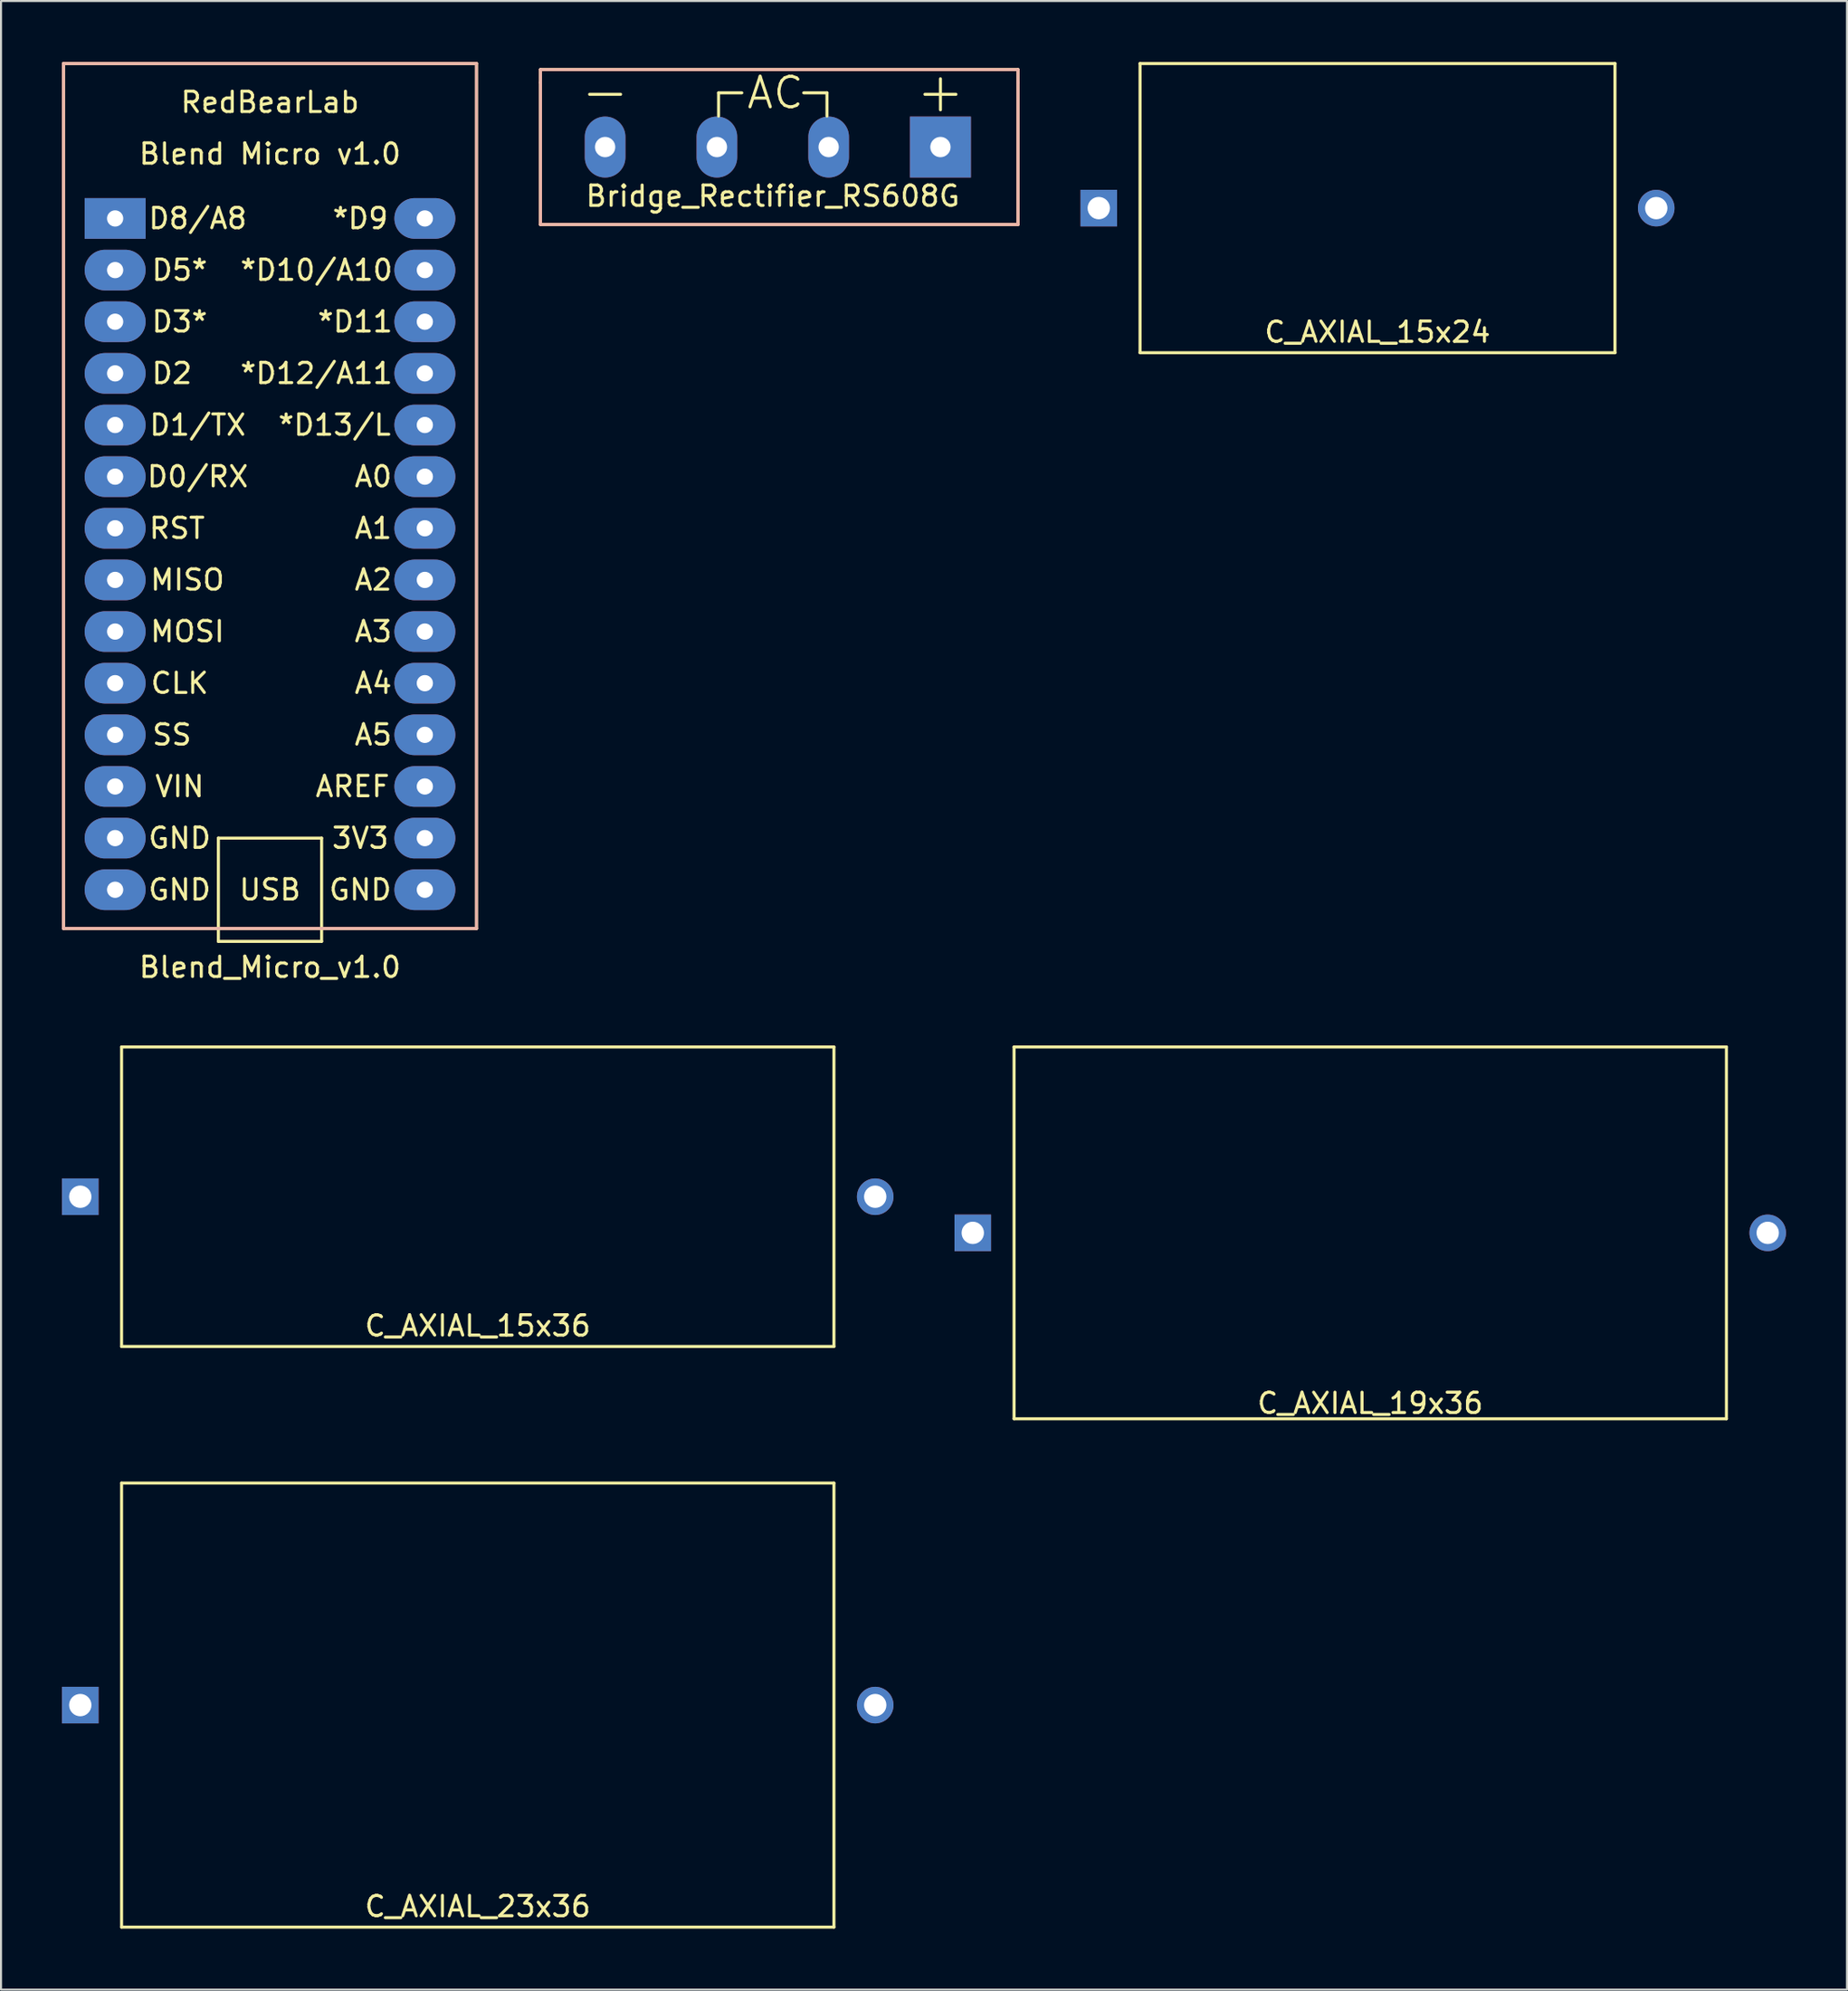
<source format=kicad_pcb>
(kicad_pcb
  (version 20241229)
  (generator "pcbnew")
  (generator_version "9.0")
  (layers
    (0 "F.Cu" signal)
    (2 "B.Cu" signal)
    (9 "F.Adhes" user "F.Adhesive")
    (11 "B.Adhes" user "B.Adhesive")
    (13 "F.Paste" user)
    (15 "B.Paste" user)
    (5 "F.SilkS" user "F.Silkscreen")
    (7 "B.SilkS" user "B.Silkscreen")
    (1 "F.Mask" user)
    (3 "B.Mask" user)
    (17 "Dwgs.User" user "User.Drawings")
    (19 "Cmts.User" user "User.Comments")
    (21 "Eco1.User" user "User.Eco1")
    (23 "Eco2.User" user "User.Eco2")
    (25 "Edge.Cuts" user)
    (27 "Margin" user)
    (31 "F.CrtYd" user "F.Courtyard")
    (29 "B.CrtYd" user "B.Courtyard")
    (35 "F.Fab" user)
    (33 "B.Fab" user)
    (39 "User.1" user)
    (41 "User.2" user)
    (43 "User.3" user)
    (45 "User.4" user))
  (footprint "C_AXIAL_15x24"
    (layer "F.Cu")
    (at 64.731 7.187)
    (property "Reference" "C_AXIAL_15x24" (at 0 6.096 0) (layer "F.SilkS") (effects (font (size 1 1) (thickness 0.15))))
    (attr through_hole)
    (fp_line (start -11.684 -7.112) (end 11.684 -7.112) (stroke (width 0.15) (type solid)) (layer "F.SilkS"))
    (fp_line (start -11.684 7.112) (end -11.684 -7.112) (stroke (width 0.15) (type solid)) (layer "F.SilkS"))
    (fp_line (start 11.684 -7.112) (end 11.684 7.112) (stroke (width 0.15) (type solid)) (layer "F.SilkS"))
    (fp_line (start 11.684 7.112) (end -11.684 7.112) (stroke (width 0.15) (type solid)) (layer "F.SilkS"))
    (pad "1" thru_hole rect (at -13.716 0) (size 1.8 1.8) (drill 1.1) (layers "*.Cu" "*.Mask"))
    (pad "2" thru_hole circle (at 13.716 0) (size 1.8 1.8) (drill 1.1) (layers "*.Cu" "*.Mask")))
  (footprint "C_AXIAL_23x36"
    (layer "F.Cu")
    (at 20.458 80.82)
    (property "Reference" "C_AXIAL_23x36" (at 0 9.906 0) (layer "F.SilkS") (effects (font (size 1 1) (thickness 0.15))))
    (attr through_hole)
    (fp_line (start -17.526 -10.922) (end 17.526 -10.922) (stroke (width 0.15) (type solid)) (layer "F.SilkS"))
    (fp_line (start -17.526 10.922) (end -17.526 -10.922) (stroke (width 0.15) (type solid)) (layer "F.SilkS"))
    (fp_line (start 17.526 -10.922) (end 17.526 10.922) (stroke (width 0.15) (type solid)) (layer "F.SilkS"))
    (fp_line (start 17.526 10.922) (end -17.526 10.922) (stroke (width 0.15) (type solid)) (layer "F.SilkS"))
    (pad "1" thru_hole rect (at -19.558 0) (size 1.8 1.8) (drill 1.1) (layers "*.Cu" "*.Mask"))
    (pad "2" thru_hole circle (at 19.558 0) (size 1.8 1.8) (drill 1.1) (layers "*.Cu" "*.Mask")))
  (footprint "Blend_Micro_v1.0"
    (layer "F.Cu")
    (at 10.235 24.205)
    (property "Reference" "Blend_Micro_v1.0" (at 0 20.32 0) (layer "F.SilkS") (effects (font (size 1 1) (thickness 0.15))))
    (attr through_hole)
    (fp_line (start -10.16 -24.13) (end -10.16 18.415) (stroke (width 0.15) (type solid)) (layer "F.SilkS"))
    (fp_line (start -10.16 18.415) (end 10.16 18.415) (stroke (width 0.15) (type solid)) (layer "F.SilkS"))
    (fp_line (start -2.54 13.97) (end -2.54 18.415) (stroke (width 0.15) (type solid)) (layer "F.SilkS"))
    (fp_line (start -2.54 19.05) (end -2.54 18.415) (stroke (width 0.15) (type solid)) (layer "F.SilkS"))
    (fp_line (start 2.54 13.97) (end -2.54 13.97) (stroke (width 0.15) (type solid)) (layer "F.SilkS"))
    (fp_line (start 2.54 19.05) (end -2.54 19.05) (stroke (width 0.15) (type solid)) (layer "F.SilkS"))
    (fp_line (start 2.54 19.05) (end 2.54 13.97) (stroke (width 0.15) (type solid)) (layer "F.SilkS"))
    (fp_line (start 10.16 -24.13) (end -10.16 -24.13) (stroke (width 0.15) (type solid)) (layer "F.SilkS"))
    (fp_line (start 10.16 18.415) (end 10.16 -24.13) (stroke (width 0.15) (type solid)) (layer "F.SilkS"))
    (fp_line (start -10.16 -24.13) (end 10.16 -24.13) (stroke (width 0.15) (type solid)) (layer "B.SilkS"))
    (fp_line (start -10.16 18.415) (end -10.16 -24.13) (stroke (width 0.15) (type solid)) (layer "B.SilkS"))
    (fp_line (start 10.16 -24.13) (end 10.16 18.415) (stroke (width 0.15) (type solid)) (layer "B.SilkS"))
    (fp_line (start 10.16 18.415) (end -10.16 18.415) (stroke (width 0.15) (type solid)) (layer "B.SilkS"))
    (fp_text user " *D11" (at 3.81 -11.43 0) (layer "F.SilkS") (effects (font (size 1 1) (thickness 0.15))))
    (fp_text user "GND" (at -4.445 13.97 0) (layer "F.SilkS") (effects (font (size 1 1) (thickness 0.15))))
    (fp_text user "*D13/L" (at 3.175 -6.35 0) (layer "F.SilkS") (effects (font (size 1 1) (thickness 0.15))))
    (fp_text user "D8/A8 " (at -3.175 -16.51 0) (layer "F.SilkS") (effects (font (size 1 1) (thickness 0.15))))
    (fp_text user "A0" (at 5.08 -3.81 0) (layer "F.SilkS") (effects (font (size 1 1) (thickness 0.15))))
    (fp_text user "D0/RX " (at -3.175 -3.81 0) (layer "F.SilkS") (effects (font (size 1 1) (thickness 0.15))))
    (fp_text user "CLK" (at -4.445 6.35 0) (layer "F.SilkS") (effects (font (size 1 1) (thickness 0.15))))
    (fp_text user "Blend Micro v1.0" (at 0 -19.685 0) (layer "F.SilkS") (effects (font (size 1 1) (thickness 0.15))))
    (fp_text user "D2 " (at -4.445 -8.89 0) (layer "F.SilkS") (effects (font (size 1 1) (thickness 0.15))))
    (fp_text user "D1/TX " (at -3.175 -6.35 0) (layer "F.SilkS") (effects (font (size 1 1) (thickness 0.15))))
    (fp_text user "A3" (at 5.08 3.81 0) (layer "F.SilkS") (effects (font (size 1 1) (thickness 0.15))))
    (fp_text user "MOSI    " (at -2.54 3.81 0) (layer "F.SilkS") (effects (font (size 1 1) (thickness 0.15))))
    (fp_text user "A2" (at 5.08 1.27 0) (layer "F.SilkS") (effects (font (size 1 1) (thickness 0.15))))
    (fp_text user " *D12/A11" (at 1.905 -8.89 0) (layer "F.SilkS") (effects (font (size 1 1) (thickness 0.15))))
    (fp_text user "GND" (at 4.445 16.51 0) (layer "F.SilkS") (effects (font (size 1 1) (thickness 0.15))))
    (fp_text user "RST  " (at -3.81 -1.27 0) (layer "F.SilkS") (effects (font (size 1 1) (thickness 0.15))))
    (fp_text user "AREF " (at 4.445 11.43 0) (layer "F.SilkS") (effects (font (size 1 1) (thickness 0.15))))
    (fp_text user "3V3" (at 4.445 13.97 0) (layer "F.SilkS") (effects (font (size 1 1) (thickness 0.15))))
    (fp_text user "A1" (at 5.08 -1.27 0) (layer "F.SilkS") (effects (font (size 1 1) (thickness 0.15))))
    (fp_text user "GND" (at -4.445 16.51 0) (layer "F.SilkS") (effects (font (size 1 1) (thickness 0.15))))
    (fp_text user "RedBearLab" (at 0 -22.225 0) (layer "F.SilkS") (effects (font (size 1 1) (thickness 0.15))))
    (fp_text user "D5*" (at -4.445 -13.97 0) (layer "F.SilkS") (effects (font (size 1 1) (thickness 0.15))))
    (fp_text user "*D9" (at 4.445 -16.51 0) (layer "F.SilkS") (effects (font (size 1 1) (thickness 0.15))))
    (fp_text user "A5" (at 5.08 8.89 0) (layer "F.SilkS") (effects (font (size 1 1) (thickness 0.15))))
    (fp_text user "MISO    " (at -2.54 1.27 0) (layer "F.SilkS") (effects (font (size 1 1) (thickness 0.15))))
    (fp_text user "A4" (at 5.08 6.35 0) (layer "F.SilkS") (effects (font (size 1 1) (thickness 0.15))))
    (fp_text user "D3*" (at -4.445 -11.43 0) (layer "F.SilkS") (effects (font (size 1 1) (thickness 0.15))))
    (fp_text user " *D10/A10" (at 1.905 -13.97 0) (layer "F.SilkS") (effects (font (size 1 1) (thickness 0.15))))
    (fp_text user "USB" (at 0 16.51 0) (layer "F.SilkS") (effects (font (size 1 1) (thickness 0.15))))
    (fp_text user "VIN" (at -4.445 11.43 0) (layer "F.SilkS") (effects (font (size 1 1) (thickness 0.15))))
    (fp_text user "SS " (at -4.445 8.89 0) (layer "F.SilkS") (effects (font (size 1 1) (thickness 0.15))))
    (pad "1" thru_hole rect (at -7.62 -16.51) (size 3 2) (drill 0.8) (layers "*.Cu" "*.Mask"))
    (pad "2" thru_hole oval (at -7.62 -13.97) (size 3 2) (drill 0.8) (layers "*.Cu" "*.Mask"))
    (pad "3" thru_hole oval (at -7.62 -11.43) (size 3 2) (drill 0.8) (layers "*.Cu" "*.Mask"))
    (pad "4" thru_hole oval (at -7.62 -8.89) (size 3 2) (drill 0.8) (layers "*.Cu" "*.Mask"))
    (pad "5" thru_hole oval (at -7.62 -6.35) (size 3 2) (drill 0.8) (layers "*.Cu" "*.Mask"))
    (pad "6" thru_hole oval (at -7.62 -3.81) (size 3 2) (drill 0.8) (layers "*.Cu" "*.Mask"))
    (pad "7" thru_hole oval (at -7.62 -1.27) (size 3 2) (drill 0.8) (layers "*.Cu" "*.Mask"))
    (pad "8" thru_hole oval (at -7.62 1.27) (size 3 2) (drill 0.8) (layers "*.Cu" "*.Mask"))
    (pad "9" thru_hole oval (at -7.62 3.81) (size 3 2) (drill 0.8) (layers "*.Cu" "*.Mask"))
    (pad "10" thru_hole oval (at -7.62 6.35) (size 3 2) (drill 0.8) (layers "*.Cu" "*.Mask"))
    (pad "11" thru_hole oval (at -7.62 8.89) (size 3 2) (drill 0.8) (layers "*.Cu" "*.Mask"))
    (pad "12" thru_hole oval (at -7.62 11.43) (size 3 2) (drill 0.8) (layers "*.Cu" "*.Mask"))
    (pad "13" thru_hole oval (at -7.62 13.97) (size 3 2) (drill 0.8) (layers "*.Cu" "*.Mask"))
    (pad "14" thru_hole oval (at -7.62 16.51) (size 3 2) (drill 0.8) (layers "*.Cu" "*.Mask"))
    (pad "15" thru_hole oval (at 7.62 16.51) (size 3 2) (drill 0.8) (layers "*.Cu" "*.Mask"))
    (pad "16" thru_hole oval (at 7.62 13.97) (size 3 2) (drill 0.8) (layers "*.Cu" "*.Mask"))
    (pad "17" thru_hole oval (at 7.62 11.43) (size 3 2) (drill 0.8) (layers "*.Cu" "*.Mask"))
    (pad "18" thru_hole oval (at 7.62 8.89) (size 3 2) (drill 0.8) (layers "*.Cu" "*.Mask"))
    (pad "19" thru_hole oval (at 7.62 6.35) (size 3 2) (drill 0.8) (layers "*.Cu" "*.Mask"))
    (pad "20" thru_hole oval (at 7.62 3.81) (size 3 2) (drill 0.8) (layers "*.Cu" "*.Mask"))
    (pad "21" thru_hole oval (at 7.62 1.27) (size 3 2) (drill 0.8) (layers "*.Cu" "*.Mask"))
    (pad "22" thru_hole oval (at 7.62 -1.27) (size 3 2) (drill 0.8) (layers "*.Cu" "*.Mask"))
    (pad "23" thru_hole oval (at 7.62 -3.81) (size 3 2) (drill 0.8) (layers "*.Cu" "*.Mask"))
    (pad "24" thru_hole oval (at 7.62 -6.35) (size 3 2) (drill 0.8) (layers "*.Cu" "*.Mask"))
    (pad "25" thru_hole oval (at 7.62 -8.89) (size 3 2) (drill 0.8) (layers "*.Cu" "*.Mask"))
    (pad "26" thru_hole oval (at 7.62 -11.43) (size 3 2) (drill 0.8) (layers "*.Cu" "*.Mask"))
    (pad "27" thru_hole oval (at 7.62 -13.97) (size 3 2) (drill 0.8) (layers "*.Cu" "*.Mask"))
    (pad "28" thru_hole oval (at 7.62 -16.51) (size 3 2) (drill 0.8) (layers "*.Cu" "*.Mask")))
  (footprint "C_AXIAL_15x36"
    (layer "F.Cu")
    (at 20.458 55.814)
    (property "Reference" "C_AXIAL_15x36" (at 0 6.35 0) (layer "F.SilkS") (effects (font (size 1 1) (thickness 0.15))))
    (attr through_hole)
    (fp_line (start -17.526 -7.366) (end 17.526 -7.366) (stroke (width 0.15) (type solid)) (layer "F.SilkS"))
    (fp_line (start -17.526 7.366) (end -17.526 -7.366) (stroke (width 0.15) (type solid)) (layer "F.SilkS"))
    (fp_line (start 17.526 7.366) (end -17.526 7.366) (stroke (width 0.15) (type solid)) (layer "F.SilkS"))
    (fp_line (start 17.526 7.366) (end 17.526 -7.366) (stroke (width 0.15) (type solid)) (layer "F.SilkS"))
    (pad "1" thru_hole rect (at -19.558 0) (size 1.8 1.8) (drill 1.1) (layers "*.Cu" "*.Mask"))
    (pad "2" thru_hole circle (at 19.558 0) (size 1.8 1.8) (drill 1.1) (layers "*.Cu" "*.Mask")))
  (footprint "Bridge_Rectifier_RS608G"
    (layer "F.Cu")
    (at 34.975 4.183)
    (property "Reference" "Bridge_Rectifier_RS608G" (at 0 2.413 0) (layer "F.SilkS") (effects (font (size 1 1) (thickness 0.15))))
    (attr through_hole)
    (fp_line (start -11.43 -3.81) (end -11.43 -3.175) (stroke (width 0.15) (type solid)) (layer "F.SilkS"))
    (fp_line (start -11.43 -3.81) (end 12.065 -3.81) (stroke (width 0.15) (type solid)) (layer "F.SilkS"))
    (fp_line (start -11.43 3.81) (end -11.43 -3.175) (stroke (width 0.15) (type solid)) (layer "F.SilkS"))
    (fp_line (start -2.667 -2.667) (end -1.524 -2.667) (stroke (width 0.15) (type solid)) (layer "F.SilkS"))
    (fp_line (start -2.667 -1.524) (end -2.667 -2.667) (stroke (width 0.15) (type solid)) (layer "F.SilkS"))
    (fp_line (start 2.667 -2.667) (end 1.524 -2.667) (stroke (width 0.15) (type solid)) (layer "F.SilkS"))
    (fp_line (start 2.667 -1.524) (end 2.667 -2.667) (stroke (width 0.15) (type solid)) (layer "F.SilkS"))
    (fp_line (start 12.065 -3.175) (end 12.065 -3.81) (stroke (width 0.15) (type solid)) (layer "F.SilkS"))
    (fp_line (start 12.065 -3.175) (end 12.065 3.81) (stroke (width 0.15) (type solid)) (layer "F.SilkS"))
    (fp_line (start 12.065 3.81) (end -11.43 3.81) (stroke (width 0.15) (type solid)) (layer "F.SilkS"))
    (fp_line (start -11.43 -3.175) (end -11.43 -3.81) (stroke (width 0.15) (type solid)) (layer "B.SilkS"))
    (fp_line (start -11.43 -3.175) (end -11.43 3.81) (stroke (width 0.15) (type solid)) (layer "B.SilkS"))
    (fp_line (start -11.43 3.81) (end 12.065 3.81) (stroke (width 0.15) (type solid)) (layer "B.SilkS"))
    (fp_line (start 12.065 -3.81) (end -11.43 -3.81) (stroke (width 0.15) (type solid)) (layer "B.SilkS"))
    (fp_line (start 12.065 -3.81) (end 12.065 -3.175) (stroke (width 0.15) (type solid)) (layer "B.SilkS"))
    (fp_line (start 12.065 3.81) (end 12.065 -3.175) (stroke (width 0.15) (type solid)) (layer "B.SilkS"))
    (fp_text user "-" (at -8.25 -2.75 0) (layer "F.SilkS") (effects (font (size 2 2) (thickness 0.15))))
    (fp_text user "AC" (at 0.127 -2.667 0) (layer "F.SilkS") (effects (font (size 1.5 1.5) (thickness 0.15))))
    (fp_text user "+" (at 8.25 -2.75 0) (layer "F.SilkS") (effects (font (size 2 2) (thickness 0.15))))
    (pad "1" thru_hole oval (at -8.25 0) (size 2 3) (drill 1) (layers "*.Cu" "*.Mask"))
    (pad "2" thru_hole oval (at -2.75 0) (size 2 3) (drill 1) (layers "*.Cu" "*.Mask"))
    (pad "3" thru_hole oval (at 2.75 0) (size 2 3) (drill 1) (layers "*.Cu" "*.Mask"))
    (pad "4" thru_hole rect (at 8.25 0) (size 3 3) (drill 1) (layers "*.Cu" "*.Mask")))
  (footprint "C_AXIAL_19x36"
    (layer "F.Cu")
    (at 64.374 57.592)
    (property "Reference" "C_AXIAL_19x36" (at 0 8.382 0) (layer "F.SilkS") (effects (font (size 1 1) (thickness 0.15))))
    (attr through_hole)
    (fp_line (start -17.526 -9.144) (end 17.526 -9.144) (stroke (width 0.15) (type solid)) (layer "F.SilkS"))
    (fp_line (start -17.526 9.144) (end -17.526 -9.144) (stroke (width 0.15) (type solid)) (layer "F.SilkS"))
    (fp_line (start 17.526 -9.144) (end 17.526 9.144) (stroke (width 0.15) (type solid)) (layer "F.SilkS"))
    (fp_line (start 17.526 9.144) (end -17.526 9.144) (stroke (width 0.15) (type solid)) (layer "F.SilkS"))
    (pad "1" thru_hole rect (at -19.558 0) (size 1.8 1.8) (drill 1.1) (layers "*.Cu" "*.Mask"))
    (pad "2" thru_hole circle (at 19.558 0) (size 1.8 1.8) (drill 1.1) (layers "*.Cu" "*.Mask")))
  (gr_rect
    (start -3 -3)
    (end 87.832 94.817)
    (stroke (width 0.1) (type default))
    (fill no)
    (layer "Edge.Cuts")))
</source>
